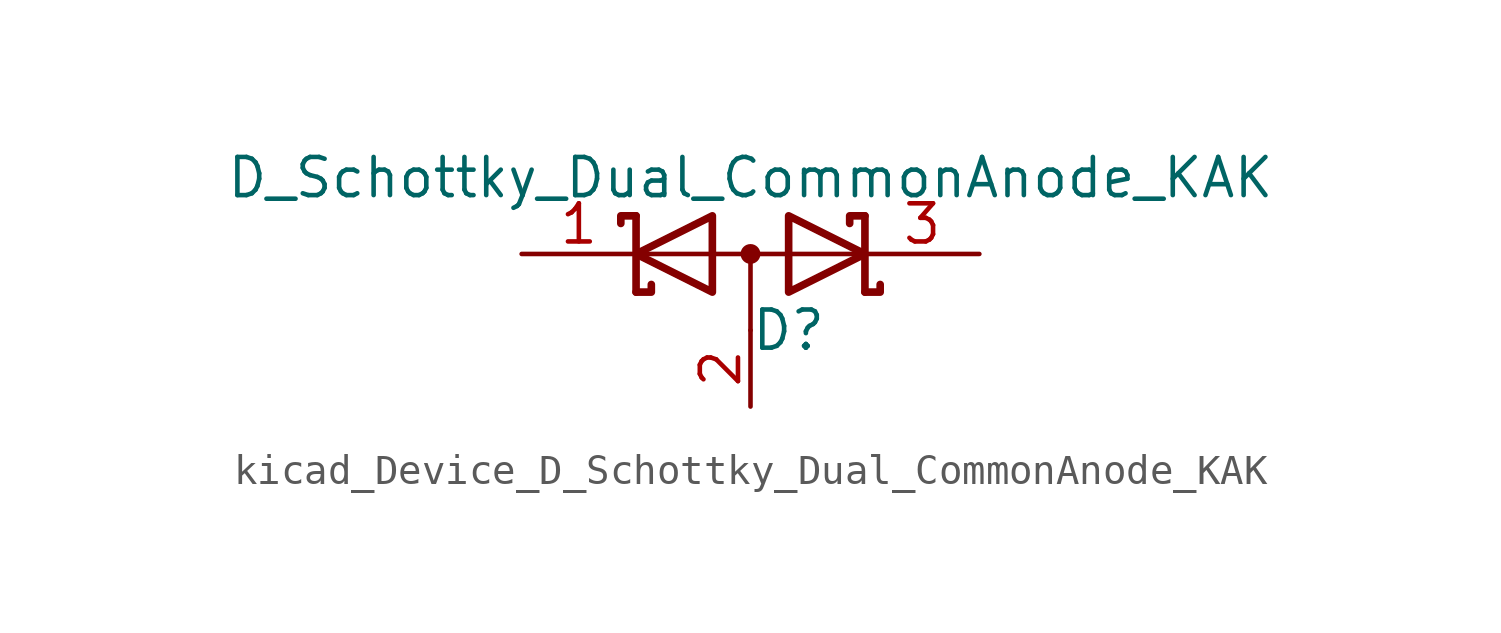
<source format=kicad_sym>
(kicad_symbol_lib
  (version 20220914)
  (generator kicad_symbol_editor)
  (symbol "kicad_Device_D_Schottky_Dual_CommonAnode_KAK"
    (pin_names
      (offset 0.762) hide)
    (property "Reference" "D"
      (at 1.27 -2.54 0)
      (effects (font (size 1.27 1.27))))
    (property "Value" "D_Schottky_Dual_CommonAnode_KAK"
      (at 0 2.54 0)
      (effects (font (size 1.27 1.27))))
    (symbol "kicad_Device_D_Schottky_Dual_CommonAnode_KAK_0_1"
      (polyline (pts (xy -3.556 0) (xy 3.81 0)) (stroke (width 0) (type default)) (fill (type none)))
      (polyline (pts (xy 0 0) (xy 0 -2.54)) (stroke (width 0) (type default)) (fill (type none)))
      (polyline (pts (xy -3.81 1.27) (xy -3.81 -1.27) (xy -3.81 -1.27)) (stroke (width 0.254) (type default)) (fill (type none)))
      (polyline (pts (xy 3.81 1.27) (xy 3.81 -1.27) (xy 3.81 -1.27)) (stroke (width 0.254) (type default)) (fill (type none)))
      (polyline (pts (xy -3.81 1.27) (xy -4.318 1.27) (xy -4.318 1.016) (xy -4.318 1.016)) (stroke (width 0.254) (type default)) (fill (type none)))
      (polyline (pts (xy 3.81 -1.27) (xy 4.318 -1.27) (xy 4.318 -1.016) (xy 4.318 -1.016)) (stroke (width 0.254) (type default)) (fill (type none)))
      (polyline (pts (xy 3.81 1.27) (xy 3.302 1.27) (xy 3.302 1.016) (xy 3.302 1.016)) (stroke (width 0.254) (type default)) (fill (type none)))
      (polyline (pts (xy -3.302 -1.016) (xy -3.302 -1.27) (xy -3.81 -1.27) (xy -3.81 -1.27) (xy -3.81 -1.27)) (stroke (width 0.254) (type default)) (fill (type none)))
      (polyline (pts (xy -1.27 -1.27) (xy -3.81 0) (xy -1.27 1.27) (xy -1.27 -1.27) (xy -1.27 -1.27) (xy -1.27 -1.27)) (stroke (width 0.254) (type default)) (fill (type none)))
      (polyline (pts (xy 1.27 1.27) (xy 3.81 0) (xy 1.27 -1.27) (xy 1.27 1.27) (xy 1.27 1.27) (xy 1.27 1.27)) (stroke (width 0.254) (type default)) (fill (type none)))
      (circle (center 0 0) (radius 0.254) (stroke (width 0) (type default)) (fill (type outline)))
      (pin passive line (at -7.62 0 0) (length 3.81) (name "K" (effects (font (size 1.27 1.27)))) (number "1" (effects (font (size 1.27 1.27)))))
      (pin passive line (at 0 -5.08 90) (length 2.54) (name "A" (effects (font (size 1.27 1.27)))) (number "2" (effects (font (size 1.27 1.27)))))
      (pin passive line (at 7.62 0 180) (length 3.81) (name "K" (effects (font (size 1.27 1.27)))) (number "3" (effects (font (size 1.27 1.27))))))))
</source>
